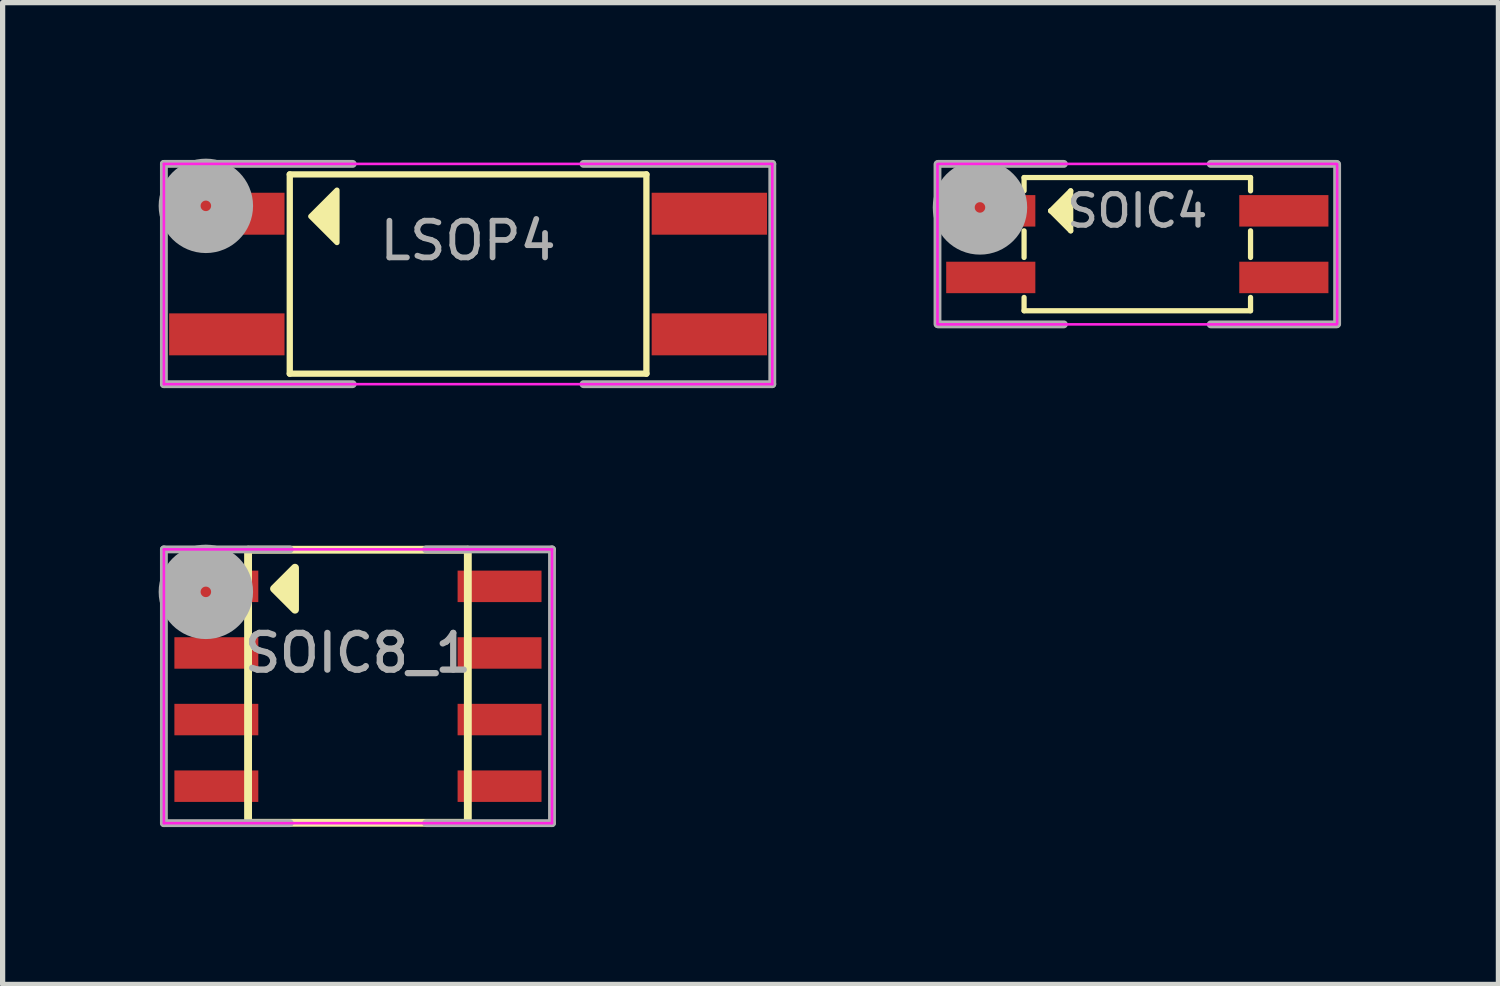
<source format=kicad_pcb>
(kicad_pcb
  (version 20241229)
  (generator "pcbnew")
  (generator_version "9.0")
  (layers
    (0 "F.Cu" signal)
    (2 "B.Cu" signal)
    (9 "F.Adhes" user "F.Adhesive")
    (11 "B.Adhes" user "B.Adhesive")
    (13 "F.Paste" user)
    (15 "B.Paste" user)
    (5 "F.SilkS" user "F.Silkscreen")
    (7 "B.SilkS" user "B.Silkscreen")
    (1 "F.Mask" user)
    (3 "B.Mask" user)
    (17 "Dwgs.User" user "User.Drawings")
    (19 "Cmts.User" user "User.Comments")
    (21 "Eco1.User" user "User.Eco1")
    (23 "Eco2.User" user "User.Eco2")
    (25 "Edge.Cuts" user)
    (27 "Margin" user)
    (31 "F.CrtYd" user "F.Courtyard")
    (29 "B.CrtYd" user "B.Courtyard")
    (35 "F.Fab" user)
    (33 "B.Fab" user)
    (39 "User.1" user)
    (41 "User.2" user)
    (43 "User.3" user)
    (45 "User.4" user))
  (footprint "SOIC4"
    (layer "F.Cu")
    (at 18.635 1.605)
    (property "Reference" "SOIC4" (at 0 -0.635 180) (layer "F.Fab") (effects (font (size 0.6 0.6) (thickness 0.1))))
    (attr smd)
    (fp_line (start -2.159 -1.27) (end 2.159 -1.27) (stroke (width 0.1) (type solid)) (layer "F.SilkS"))
    (fp_line (start -2.159 -1.016) (end -2.159 -1.27) (stroke (width 0.1) (type solid)) (layer "F.SilkS"))
    (fp_line (start -2.159 -0.254) (end -2.159 0.254) (stroke (width 0.1) (type solid)) (layer "F.SilkS"))
    (fp_line (start -2.159 1.27) (end -2.159 1.016) (stroke (width 0.1) (type solid)) (layer "F.SilkS"))
    (fp_line (start -2.159 1.27) (end 2.159 1.27) (stroke (width 0.1) (type solid)) (layer "F.SilkS"))
    (fp_line (start -1.651 -0.635) (end -1.27 -1.016) (stroke (width 0.1) (type solid)) (layer "F.SilkS"))
    (fp_line (start -1.651 -0.635) (end -1.27 -0.254) (stroke (width 0.1) (type solid)) (layer "F.SilkS"))
    (fp_line (start -1.524 -0.635) (end -1.651 -0.635) (stroke (width 0.1) (type solid)) (layer "F.SilkS"))
    (fp_line (start -1.524 -0.635) (end -1.27 -0.381) (stroke (width 0.1) (type solid)) (layer "F.SilkS"))
    (fp_line (start -1.397 -0.762) (end -1.397 -0.508) (stroke (width 0.25) (type solid)) (layer "F.SilkS"))
    (fp_line (start -1.27 -1.016) (end -1.27 -0.254) (stroke (width 0.1) (type solid)) (layer "F.SilkS"))
    (fp_line (start -1.27 -0.889) (end -1.524 -0.635) (stroke (width 0.1) (type solid)) (layer "F.SilkS"))
    (fp_line (start 2.159 -1.27) (end 2.159 -1.016) (stroke (width 0.1) (type solid)) (layer "F.SilkS"))
    (fp_line (start 2.159 -0.254) (end 2.159 0.254) (stroke (width 0.1) (type solid)) (layer "F.SilkS"))
    (fp_line (start 2.159 1.27) (end 2.159 1.016) (stroke (width 0.1) (type solid)) (layer "F.SilkS"))
    (fp_line (start -3.81 -1.524) (end -3.81 1.524) (stroke (width 0.05) (type solid)) (layer "F.CrtYd"))
    (fp_line (start -3.8 1.53) (end 3.8 1.53) (stroke (width 0.05) (type solid)) (layer "F.CrtYd"))
    (fp_line (start 3.8 -1.53) (end -3.8 -1.53) (stroke (width 0.05) (type solid)) (layer "F.CrtYd"))
    (fp_line (start 3.81 -1.524) (end 3.81 1.524) (stroke (width 0.05) (type solid)) (layer "F.CrtYd"))
    (fp_line (start -3.81 1.524) (end -3.81 -1.524) (stroke (width 0.15) (type solid)) (layer "F.Fab"))
    (fp_line (start -3.8 1.53) (end -1.4 1.53) (stroke (width 0.15) (type solid)) (layer "F.Fab"))
    (fp_line (start -1.4 -1.53) (end -3.8 -1.53) (stroke (width 0.15) (type solid)) (layer "F.Fab"))
    (fp_line (start 1.4 1.53) (end 3.8 1.53) (stroke (width 0.15) (type solid)) (layer "F.Fab"))
    (fp_line (start 3.8 -1.53) (end 1.4 -1.53) (stroke (width 0.15) (type solid)) (layer "F.Fab"))
    (fp_line (start 3.81 -1.524) (end 3.81 1.524) (stroke (width 0.15) (type solid)) (layer "F.Fab"))
    (fp_circle (center -3 -0.7) (end -3 -0.6) (stroke (width 0.8) (type solid)) (fill no) (layer "F.Fab"))
    (pad "1" smd rect (at -2.794 -0.635) (size 1.7 0.6) (layers "F.Cu" "F.Mask" "F.Paste"))
    (pad "2" smd rect (at -2.794 0.635) (size 1.7 0.6) (layers "F.Cu" "F.Mask" "F.Paste"))
    (pad "3" smd rect (at 2.794 0.635) (size 1.7 0.6) (layers "F.Cu" "F.Mask" "F.Paste"))
    (pad "4" smd rect (at 2.794 -0.635) (size 1.7 0.6) (layers "F.Cu" "F.Mask" "F.Paste")))
  (footprint "SOIC8_1"
    (layer "F.Cu")
    (at 3.775 10.035)
    (property "Reference" "SOIC8_1" (at 0 -0.635 180) (layer "F.Fab") (effects (font (size 0.7 0.7) (thickness 0.12))))
    (attr smd)
    (fp_line (start -2.095 -2.603) (end 2.095 -2.603) (stroke (width 0.15) (type solid)) (layer "F.SilkS"))
    (fp_line (start -2.095 2.603) (end -2.095 -2.603) (stroke (width 0.15) (type solid)) (layer "F.SilkS"))
    (fp_line (start -2.095 2.603) (end 2.095 2.603) (stroke (width 0.15) (type solid)) (layer "F.SilkS"))
    (fp_line (start 2.095 2.603) (end 2.095 -2.603) (stroke (width 0.15) (type solid)) (layer "F.SilkS"))
    (fp_poly (pts (xy -1.2 -1.46) (xy -1.6 -1.86) (xy -1.2 -2.26)) (stroke (width 0.15) (type solid)) (fill yes) (layer "F.SilkS"))
    (fp_line (start -3.7 -2.61) (end -3.7 2.61) (stroke (width 0.05) (type solid)) (layer "F.CrtYd"))
    (fp_line (start -3.7 2.61) (end 3.7 2.61) (stroke (width 0.05) (type solid)) (layer "F.CrtYd"))
    (fp_line (start 3.7 -2.61) (end -3.7 -2.61) (stroke (width 0.05) (type solid)) (layer "F.CrtYd"))
    (fp_line (start 3.7 2.61) (end 3.7 -2.61) (stroke (width 0.05) (type solid)) (layer "F.CrtYd"))
    (fp_line (start -3.7 -2.61) (end -3.7 2.61) (stroke (width 0.15) (type solid)) (layer "F.Fab"))
    (fp_line (start -3.7 2.61) (end -1.3 2.61) (stroke (width 0.15) (type solid)) (layer "F.Fab"))
    (fp_line (start -1.3 -2.61) (end -3.7 -2.61) (stroke (width 0.15) (type solid)) (layer "F.Fab"))
    (fp_line (start 1.3 2.61) (end 3.7 2.61) (stroke (width 0.15) (type solid)) (layer "F.Fab"))
    (fp_line (start 3.7 -2.61) (end 1.3 -2.61) (stroke (width 0.15) (type solid)) (layer "F.Fab"))
    (fp_line (start 3.7 2.61) (end 3.7 -2.61) (stroke (width 0.15) (type solid)) (layer "F.Fab"))
    (fp_circle (center -2.9 -1.8) (end -2.9 -1.7) (stroke (width 0.8) (type solid)) (fill no) (layer "F.Fab"))
    (pad "1" smd rect (at -2.7 -1.905) (size 1.6 0.6) (layers "F.Cu" "F.Mask" "F.Paste"))
    (pad "2" smd rect (at -2.7 -0.635) (size 1.6 0.6) (layers "F.Cu" "F.Mask" "F.Paste"))
    (pad "3" smd rect (at -2.7 0.635) (size 1.6 0.6) (layers "F.Cu" "F.Mask" "F.Paste"))
    (pad "4" smd rect (at -2.7 1.905) (size 1.6 0.6) (layers "F.Cu" "F.Mask" "F.Paste"))
    (pad "5" smd rect (at 2.7 1.905) (size 1.6 0.6) (layers "F.Cu" "F.Mask" "F.Paste"))
    (pad "6" smd rect (at 2.7 0.635) (size 1.6 0.6) (layers "F.Cu" "F.Mask" "F.Paste"))
    (pad "7" smd rect (at 2.7 -0.635) (size 1.6 0.6) (layers "F.Cu" "F.Mask" "F.Paste"))
    (pad "8" smd rect (at 2.7 -1.905) (size 1.6 0.6) (layers "F.Cu" "F.Mask" "F.Paste")))
  (footprint "LSOP4"
    (layer "F.Cu")
    (at 5.875 2.175)
    (property "Reference" "LSOP4" (at 0 -0.635 180) (layer "F.Fab") (effects (font (size 0.7 0.7) (thickness 0.11))))
    (attr smd)
    (fp_line (start -3.4 -1.9) (end -3.4 1.9) (stroke (width 0.12) (type solid)) (layer "F.SilkS"))
    (fp_line (start -3.4 -1.9) (end 3.4 -1.9) (stroke (width 0.12) (type solid)) (layer "F.SilkS"))
    (fp_line (start -3.4 1.9) (end 3.4 1.9) (stroke (width 0.12) (type solid)) (layer "F.SilkS"))
    (fp_line (start 3.4 -1.9) (end 3.4 1.9) (stroke (width 0.12) (type solid)) (layer "F.SilkS"))
    (fp_poly (pts (xy -2.5 -0.6) (xy -3 -1.1) (xy -2.5 -1.6)) (stroke (width 0.1) (type solid)) (fill yes) (layer "F.SilkS"))
    (fp_line (start -5.8 -2.1) (end -5.8 2.1) (stroke (width 0.05) (type solid)) (layer "F.CrtYd"))
    (fp_line (start -5.8 -2.1) (end 5.8 -2.1) (stroke (width 0.05) (type solid)) (layer "F.CrtYd"))
    (fp_line (start -5.8 2.1) (end 5.8 2.1) (stroke (width 0.05) (type solid)) (layer "F.CrtYd"))
    (fp_line (start 5.8 -2.1) (end 5.8 2.1) (stroke (width 0.05) (type solid)) (layer "F.CrtYd"))
    (fp_line (start -5.8 -2.1) (end -2.2 -2.1) (stroke (width 0.15) (type solid)) (layer "F.Fab"))
    (fp_line (start -5.8 2.1) (end -5.8 -2.1) (stroke (width 0.15) (type solid)) (layer "F.Fab"))
    (fp_line (start -5.8 2.1) (end -2.2 2.1) (stroke (width 0.15) (type solid)) (layer "F.Fab"))
    (fp_line (start 2.2 -2.1) (end 5.8 -2.1) (stroke (width 0.15) (type solid)) (layer "F.Fab"))
    (fp_line (start 2.2 2.1) (end 5.8 2.1) (stroke (width 0.15) (type solid)) (layer "F.Fab"))
    (fp_line (start 5.8 -2.1) (end 5.8 2.1) (stroke (width 0.15) (type solid)) (layer "F.Fab"))
    (fp_circle (center -5 -1.3) (end -5 -1.2) (stroke (width 0.8) (type solid)) (fill no) (layer "F.Fab"))
    (pad "1" smd rect (at -4.6 -1.15) (size 2.2 0.8) (layers "F.Cu" "F.Mask" "F.Paste"))
    (pad "2" smd rect (at -4.6 1.15) (size 2.2 0.8) (layers "F.Cu" "F.Mask" "F.Paste"))
    (pad "3" smd rect (at 4.6 1.15) (size 2.2 0.8) (layers "F.Cu" "F.Mask" "F.Paste"))
    (pad "4" smd rect (at 4.6 -1.15) (size 2.2 0.8) (layers "F.Cu" "F.Mask" "F.Paste")))
  (gr_rect
    (start -3 -3)
    (end 25.52 15.72)
    (stroke (width 0.1) (type default))
    (fill no)
    (layer "Edge.Cuts")))
</source>
